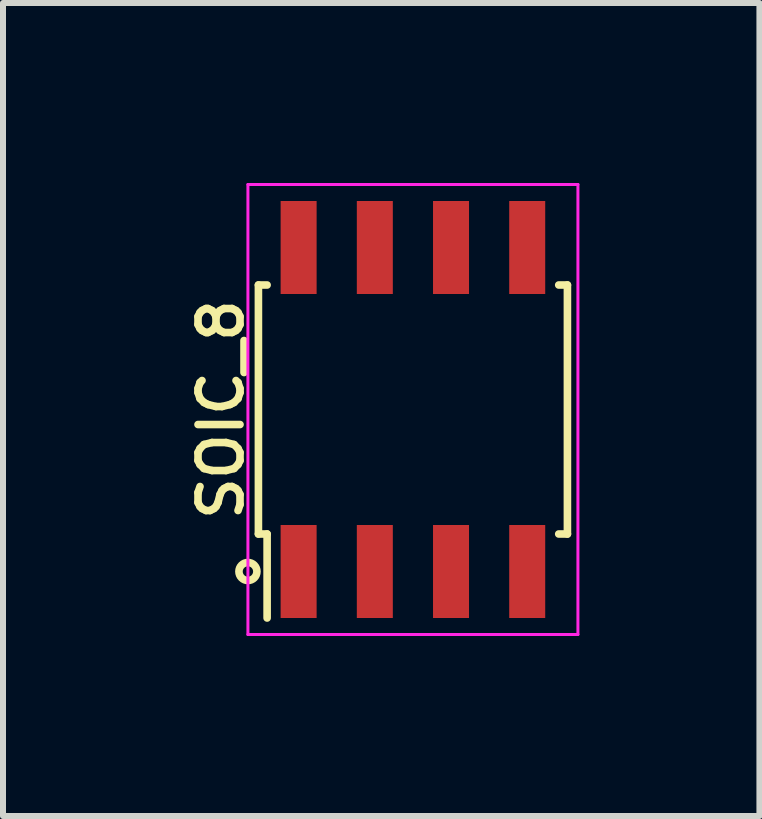
<source format=kicad_pcb>
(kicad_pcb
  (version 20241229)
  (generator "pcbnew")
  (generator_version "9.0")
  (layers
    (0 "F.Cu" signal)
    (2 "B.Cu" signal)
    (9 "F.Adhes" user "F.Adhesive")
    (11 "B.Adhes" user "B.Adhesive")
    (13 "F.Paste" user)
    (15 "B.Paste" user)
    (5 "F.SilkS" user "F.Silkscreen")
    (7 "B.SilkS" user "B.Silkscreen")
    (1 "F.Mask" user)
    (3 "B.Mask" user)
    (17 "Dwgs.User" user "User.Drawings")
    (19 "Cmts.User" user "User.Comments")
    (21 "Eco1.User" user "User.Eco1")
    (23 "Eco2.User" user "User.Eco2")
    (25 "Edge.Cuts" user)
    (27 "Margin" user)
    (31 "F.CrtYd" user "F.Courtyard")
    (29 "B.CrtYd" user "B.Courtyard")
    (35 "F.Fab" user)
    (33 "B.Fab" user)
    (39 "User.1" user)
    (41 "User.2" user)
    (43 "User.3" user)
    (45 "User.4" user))
  (footprint "SOIC_8"
    (layer "F.Cu")
    (at 3.832 3.775)
    (property "Reference" "SOIC_8" (at -3.199 0.000403 90) (layer "F.SilkS") (effects (font (size 0.7 0.7) (thickness 0.127))))
    (attr smd)
    (fp_line (start -2.575 -2.075) (end -2.43 -2.075) (stroke (width 0.127) (type solid)) (layer "F.SilkS"))
    (fp_line (start -2.575 2.075) (end -2.575 -2.075) (stroke (width 0.127) (type solid)) (layer "F.SilkS"))
    (fp_line (start -2.575 2.075) (end -2.43 2.075) (stroke (width 0.127) (type solid)) (layer "F.SilkS"))
    (fp_line (start -2.43 2.075) (end -2.43 3.475) (stroke (width 0.127) (type solid)) (layer "F.SilkS"))
    (fp_line (start 2.575 -2.075) (end 2.43 -2.075) (stroke (width 0.127) (type solid)) (layer "F.SilkS"))
    (fp_line (start 2.575 2.075) (end 2.43 2.075) (stroke (width 0.127) (type solid)) (layer "F.SilkS"))
    (fp_line (start 2.575 2.075) (end 2.575 -2.075) (stroke (width 0.127) (type solid)) (layer "F.SilkS"))
    (fp_circle (center -2.75 2.7) (end -2.6 2.7) (stroke (width 0.127) (type solid)) (fill no) (layer "F.SilkS"))
    (fp_line (start -2.75 -3.75) (end 2.75 -3.75) (stroke (width 0.05) (type solid)) (layer "F.CrtYd"))
    (fp_line (start -2.75 3.75) (end -2.75 -3.75) (stroke (width 0.05) (type solid)) (layer "F.CrtYd"))
    (fp_line (start -2.75 3.75) (end 2.75 3.75) (stroke (width 0.05) (type solid)) (layer "F.CrtYd"))
    (fp_line (start 2.75 3.75) (end 2.75 -3.75) (stroke (width 0.05) (type solid)) (layer "F.CrtYd"))
    (pad "1" smd rect (at -1.905 2.7 90) (size 1.55 0.6) (layers "F.Cu" "F.Mask" "F.Paste"))
    (pad "2" smd rect (at -0.635 2.7 90) (size 1.55 0.6) (layers "F.Cu" "F.Mask" "F.Paste"))
    (pad "3" smd rect (at 0.635 2.7 90) (size 1.55 0.6) (layers "F.Cu" "F.Mask" "F.Paste"))
    (pad "4" smd rect (at 1.905 2.7 90) (size 1.55 0.6) (layers "F.Cu" "F.Mask" "F.Paste"))
    (pad "5" smd rect (at 1.905 -2.7 90) (size 1.55 0.6) (layers "F.Cu" "F.Mask" "F.Paste"))
    (pad "6" smd rect (at 0.635 -2.7 90) (size 1.55 0.6) (layers "F.Cu" "F.Mask" "F.Paste"))
    (pad "7" smd rect (at -0.635 -2.7 90) (size 1.55 0.6) (layers "F.Cu" "F.Mask" "F.Paste"))
    (pad "8" smd rect (at -1.905 -2.7 90) (size 1.55 0.6) (layers "F.Cu" "F.Mask" "F.Paste")))
  (gr_rect
    (start -3 -3)
    (end 9.607 10.55)
    (stroke (width 0.1) (type default))
    (fill no)
    (layer "Edge.Cuts")))
</source>
